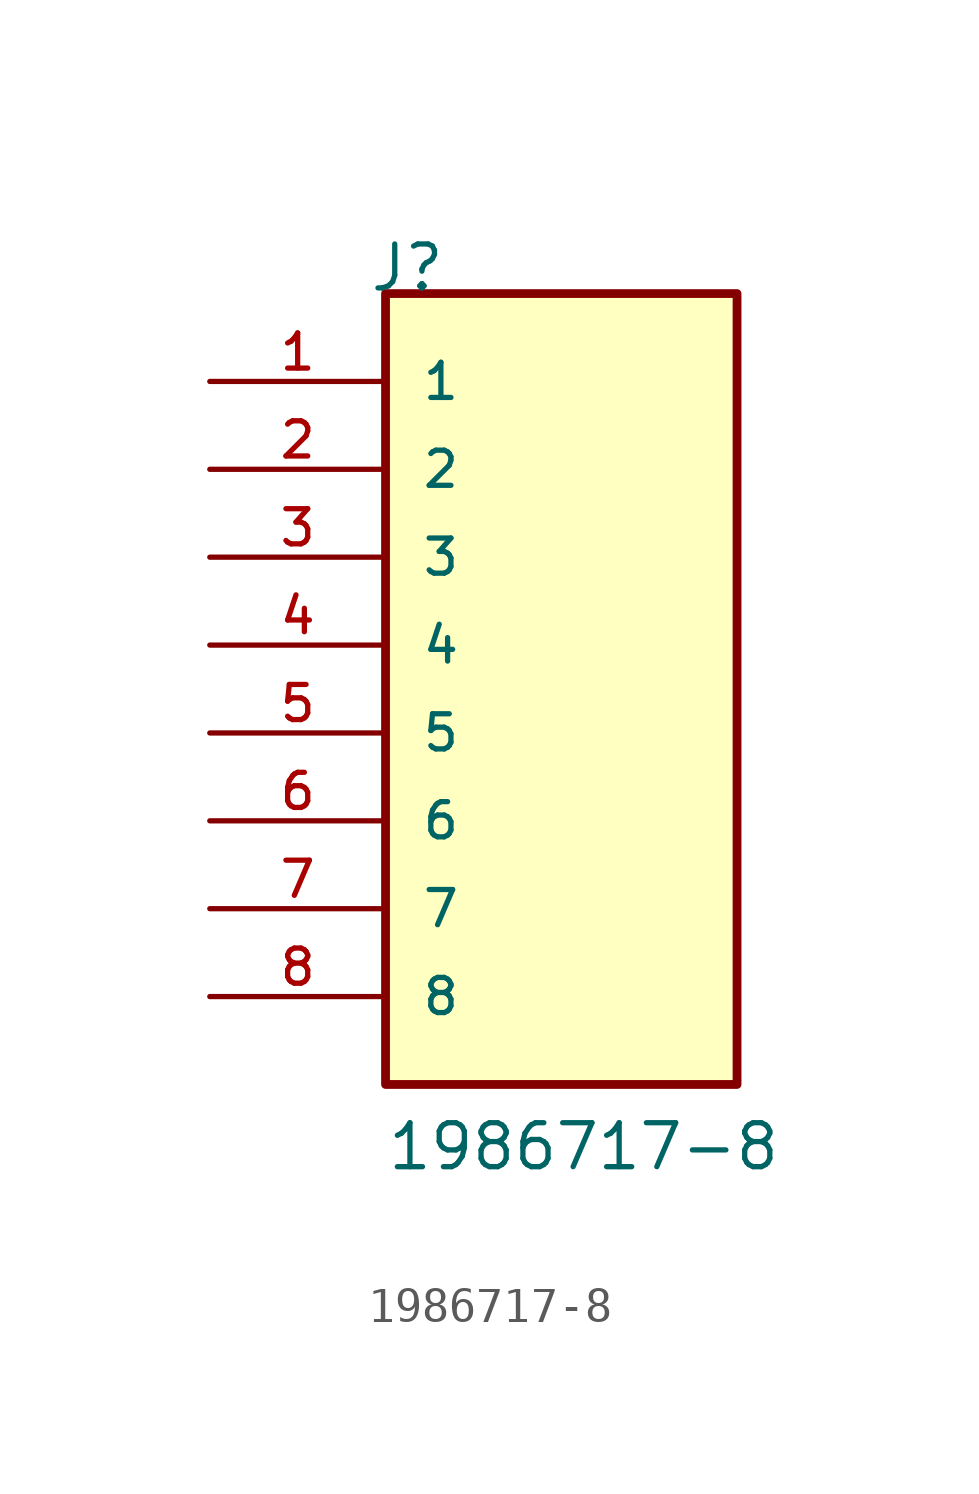
<source format=kicad_sym>
(kicad_symbol_lib
  (version 20211014)
  (generator kicad_symbol_editor)
  (symbol "1986717-8"
    (pin_names
      (offset 1.016))
    (property "Reference" "J"
      (at -5.58 12.7 0)
      (effects (font (size 1.27 1.27)) (justify bottom left)))
    (property "Value" "1986717-8"
      (at -5.08 -12.7 0)
      (effects (font (size 1.27 1.27)) (justify bottom left)))
    (symbol "1986717-8_0_0"
      (rectangle (start -5.08 -10.16) (end 5.08 12.7) (stroke (width 0.254)) (fill (type background)))
      (pin passive line (at -10.16 10.16 0) (length 5.08) (name "1" (effects (font (size 1.016 1.016)))) (number "1" (effects (font (size 1.016 1.016)))))
      (pin passive line (at -10.16 7.62 0) (length 5.08) (name "2" (effects (font (size 1.016 1.016)))) (number "2" (effects (font (size 1.016 1.016)))))
      (pin passive line (at -10.16 5.08 0) (length 5.08) (name "3" (effects (font (size 1.016 1.016)))) (number "3" (effects (font (size 1.016 1.016)))))
      (pin passive line (at -10.16 2.54 0) (length 5.08) (name "4" (effects (font (size 1.016 1.016)))) (number "4" (effects (font (size 1.016 1.016)))))
      (pin passive line (at -10.16 0.0 0) (length 5.08) (name "5" (effects (font (size 1.016 1.016)))) (number "5" (effects (font (size 1.016 1.016)))))
      (pin passive line (at -10.16 -2.54 0) (length 5.08) (name "6" (effects (font (size 1.016 1.016)))) (number "6" (effects (font (size 1.016 1.016)))))
      (pin passive line (at -10.16 -5.08 0) (length 5.08) (name "7" (effects (font (size 1.016 1.016)))) (number "7" (effects (font (size 1.016 1.016)))))
      (pin passive line (at -10.16 -7.62 0) (length 5.08) (name "8" (effects (font (size 1.016 1.016)))) (number "8" (effects (font (size 1.016 1.016))))))))
</source>
